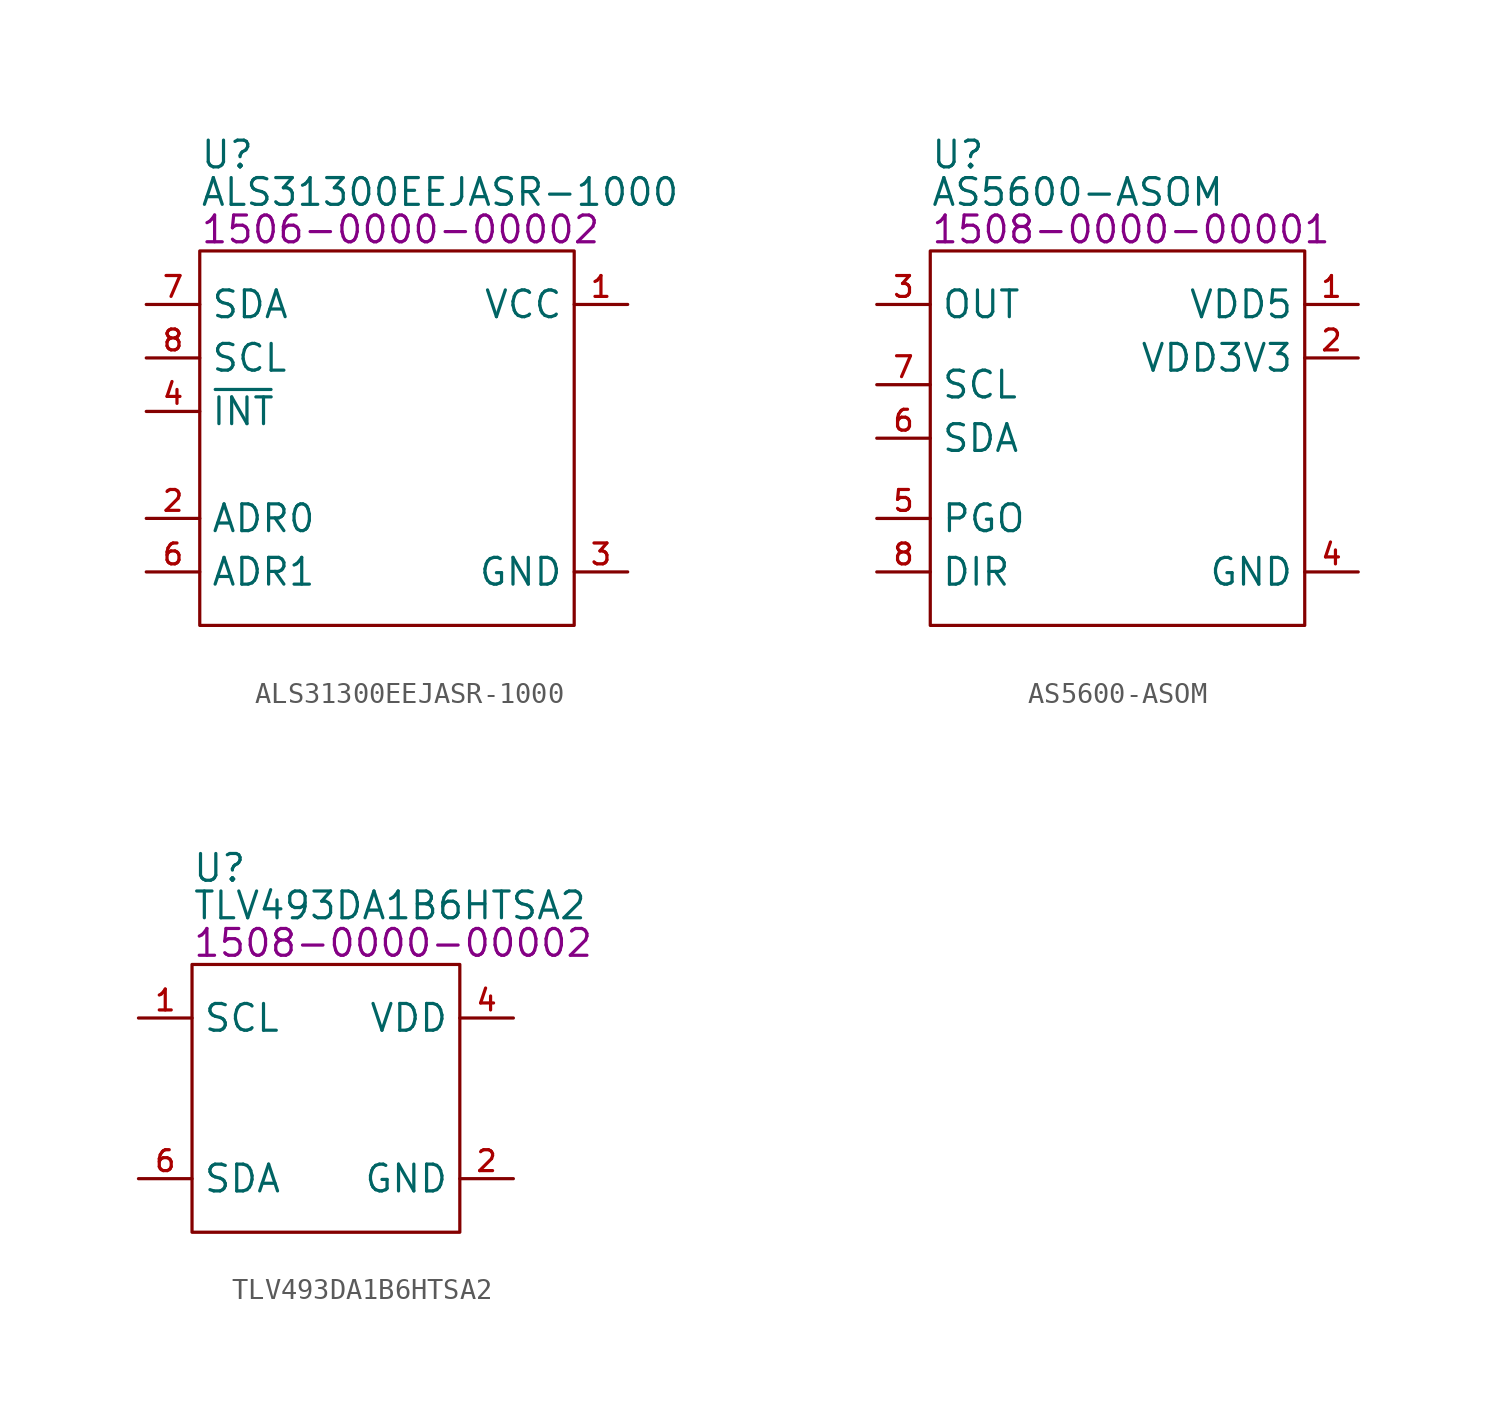
<source format=kicad_sym>
(kicad_symbol_lib
  (version 20231120)
  (generator "kicad_symbol_editor")
  (generator_version "8.0")
  (symbol "ALS31300EEJASR-1000"
    (property "Reference" "U"
      (at 0 4.572 0)
      (effects (font (size 1.27 1.27)) (justify left)))
    (property "Value" "ALS31300EEJASR-1000"
      (at 0 2.794 0)
      (effects (font (size 1.27 1.27)) (justify left)))
    (property "PartNumber" "1506-0000-00002"
      (at 0 1.016 0)
      (effects (font (size 1.27 1.27)) (justify left)))
    (symbol "ALS31300EEJASR-1000_0_0"
      (pin power_in line (at 20.32 -2.54 180) (length 2.54) (name "VCC" (effects (font (size 1.27 1.27)))) (number "1" (effects (font (size 0.991 0.991)))))
      (pin power_in line (at 20.32 -15.24 180) (length 2.54) hide (name "GND" (effects (font (size 1.27 1.27)))) (number "10" (effects (font (size 0.991 0.991)))))
      (pin power_in line (at 20.32 -15.24 180) (length 2.54) hide (name "GND" (effects (font (size 1.27 1.27)))) (number "11" (effects (font (size 0.991 0.991)))))
      (pin input line (at -2.54 -12.7 0) (length 2.54) (name "ADR0" (effects (font (size 1.27 1.27)))) (number "2" (effects (font (size 0.991 0.991)))))
      (pin power_in line (at 20.32 -15.24 180) (length 2.54) (name "GND" (effects (font (size 1.27 1.27)))) (number "3" (effects (font (size 0.991 0.991)))))
      (pin input line (at -2.54 -7.62 0) (length 2.54) (name "~{INT}" (effects (font (size 1.27 1.27)))) (number "4" (effects (font (size 0.991 0.991)))))
      (pin power_in line (at 20.32 -15.24 180) (length 2.54) hide (name "GND" (effects (font (size 1.27 1.27)))) (number "5" (effects (font (size 0.991 0.991)))))
      (pin input line (at -2.54 -15.24 0) (length 2.54) (name "ADR1" (effects (font (size 1.27 1.27)))) (number "6" (effects (font (size 0.991 0.991)))))
      (pin bidirectional line (at -2.54 -2.54 0) (length 2.54) (name "SDA" (effects (font (size 1.27 1.27)))) (number "7" (effects (font (size 0.991 0.991)))))
      (pin input line (at -2.54 -5.08 0) (length 2.54) (name "SCL" (effects (font (size 1.27 1.27)))) (number "8" (effects (font (size 0.991 0.991)))))
      (pin power_in line (at 20.32 -15.24 180) (length 2.54) hide (name "GND" (effects (font (size 1.27 1.27)))) (number "9" (effects (font (size 0.991 0.991))))))
    (symbol "ALS31300EEJASR-1000_0_1"
      (rectangle (start 0 0) (end 17.78 -17.78) (stroke (width 0) (type default)) (fill (type none)))))
  (symbol "AS5600-ASOM"
    (property "Reference" "U"
      (at 0 4.572 0)
      (effects (font (size 1.27 1.27)) (justify left)))
    (property "Value" "AS5600-ASOM"
      (at 0 2.794 0)
      (effects (font (size 1.27 1.27)) (justify left)))
    (property "PartNumber" "1508-0000-00001"
      (at 0 1.016 0)
      (effects (font (size 1.27 1.27)) (justify left)))
    (symbol "AS5600-ASOM_0_0"
      (pin power_in line (at 20.32 -2.54 180) (length 2.54) (name "VDD5" (effects (font (size 1.27 1.27)))) (number "1" (effects (font (size 0.991 0.991)))))
      (pin power_in line (at 20.32 -5.08 180) (length 2.54) (name "VDD3V3" (effects (font (size 1.27 1.27)))) (number "2" (effects (font (size 0.991 0.991)))))
      (pin output line (at -2.54 -2.54 0) (length 2.54) (name "OUT" (effects (font (size 1.27 1.27)))) (number "3" (effects (font (size 0.991 0.991)))))
      (pin power_in line (at 20.32 -15.24 180) (length 2.54) (name "GND" (effects (font (size 1.27 1.27)))) (number "4" (effects (font (size 0.991 0.991)))))
      (pin input line (at -2.54 -12.7 0) (length 2.54) (name "PGO" (effects (font (size 1.27 1.27)))) (number "5" (effects (font (size 0.991 0.991)))))
      (pin bidirectional line (at -2.54 -8.89 0) (length 2.54) (name "SDA" (effects (font (size 1.27 1.27)))) (number "6" (effects (font (size 0.991 0.991)))))
      (pin input line (at -2.54 -6.35 0) (length 2.54) (name "SCL" (effects (font (size 1.27 1.27)))) (number "7" (effects (font (size 0.991 0.991)))))
      (pin input line (at -2.54 -15.24 0) (length 2.54) (name "DIR" (effects (font (size 1.27 1.27)))) (number "8" (effects (font (size 0.991 0.991))))))
    (symbol "AS5600-ASOM_0_1"
      (rectangle (start 0 0) (end 17.78 -17.78) (stroke (width 0) (type default)) (fill (type none)))))
  (symbol "TLV493DA1B6HTSA2"
    (property "Reference" "U"
      (at 0 4.572 0)
      (effects (font (size 1.27 1.27)) (justify left)))
    (property "Value" "TLV493DA1B6HTSA2"
      (at 0 2.794 0)
      (effects (font (size 1.27 1.27)) (justify left)))
    (property "PartNumber" "1508-0000-00002"
      (at 0 1.016 0)
      (effects (font (size 1.27 1.27)) (justify left)))
    (symbol "TLV493DA1B6HTSA2_0_0"
      (pin power_in line (at 15.24 -10.16 180) (length 2.54) (name "GND" (effects (font (size 1.27 1.27)))) (number "2" (effects (font (size 0.991 0.991)))))
      (pin power_in line (at 15.24 -10.16 180) (length 2.54) hide (name "GND" (effects (font (size 1.27 1.27)))) (number "3" (effects (font (size 0.991 0.991)))))
      (pin power_in line (at 15.24 -2.54 180) (length 2.54) (name "VDD" (effects (font (size 1.27 1.27)))) (number "4" (effects (font (size 0.991 0.991)))))
      (pin power_in line (at 15.24 -10.16 180) (length 2.54) hide (name "GND" (effects (font (size 1.27 1.27)))) (number "5" (effects (font (size 0.991 0.991))))))
    (symbol "TLV493DA1B6HTSA2_0_1"
      (rectangle (start 0 0) (end 12.7 -12.7) (stroke (width 0) (type default)) (fill (type none))))
    (symbol "TLV493DA1B6HTSA2_1_0"
      (pin input line (at -2.54 -2.54 0) (length 2.54) (name "SCL" (effects (font (size 1.27 1.27)))) (number "1" (effects (font (size 0.991 0.991)))) (alternate "SCL/~{INT}" bidirectional line))
      (pin bidirectional line (at -2.54 -10.16 0) (length 2.54) (name "SDA" (effects (font (size 1.27 1.27)))) (number "6" (effects (font (size 0.991 0.991)))) (alternate "SDA/ADDR" bidirectional line)))))
</source>
